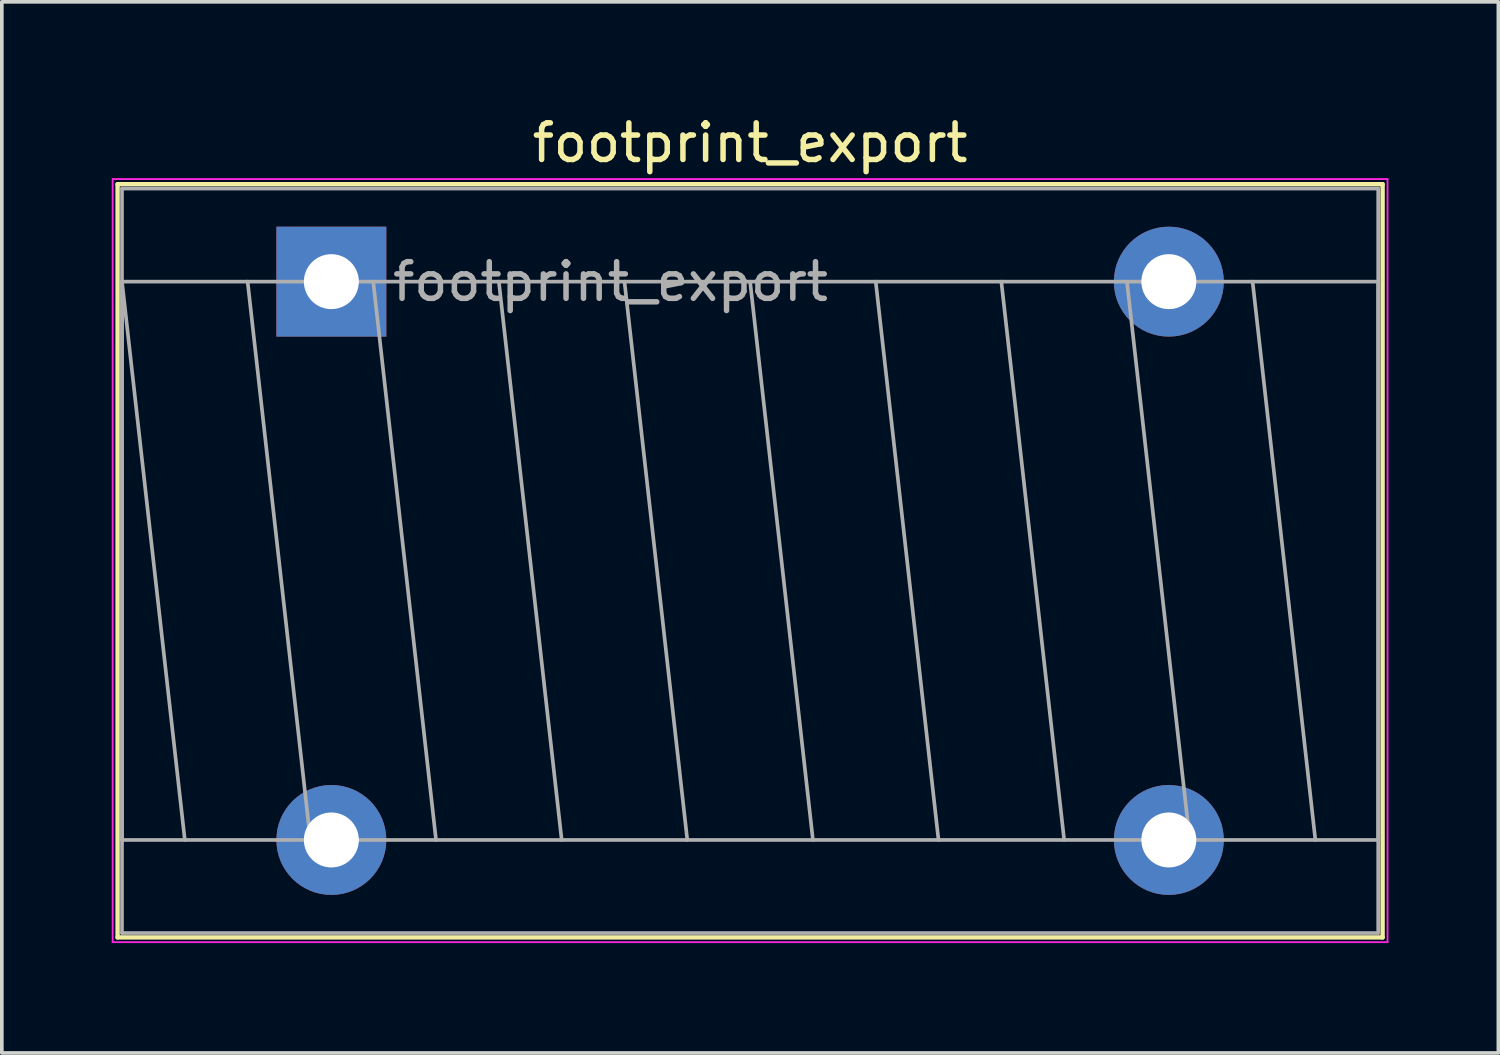
<source format=kicad_pcb>
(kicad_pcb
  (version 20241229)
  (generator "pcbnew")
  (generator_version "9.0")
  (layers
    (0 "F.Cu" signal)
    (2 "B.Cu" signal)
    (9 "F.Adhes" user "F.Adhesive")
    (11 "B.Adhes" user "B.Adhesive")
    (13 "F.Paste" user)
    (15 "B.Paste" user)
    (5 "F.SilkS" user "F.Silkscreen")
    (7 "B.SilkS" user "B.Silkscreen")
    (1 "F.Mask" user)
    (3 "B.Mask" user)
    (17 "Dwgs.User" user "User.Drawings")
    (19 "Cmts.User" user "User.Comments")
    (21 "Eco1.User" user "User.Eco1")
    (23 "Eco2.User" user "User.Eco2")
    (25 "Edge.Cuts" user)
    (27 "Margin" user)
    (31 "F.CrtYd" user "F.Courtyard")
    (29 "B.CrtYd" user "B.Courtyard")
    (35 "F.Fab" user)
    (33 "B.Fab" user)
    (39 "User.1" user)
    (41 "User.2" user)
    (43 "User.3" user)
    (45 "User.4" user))
  (footprint "footprint_export"
    (layer "F.Cu")
    (at 5.995 4.638)
    (property "Reference" "footprint_export" (at 11.43 -3.79 0) (layer "F.SilkS") (effects (font (size 1 1) (thickness 0.15))))
    (attr through_hole)
    (fp_line (start -5.835 -2.66) (end -5.835 17.9) (stroke (width 0.12) (type solid)) (layer "F.SilkS"))
    (fp_line (start -5.835 -2.66) (end 28.695 -2.66) (stroke (width 0.12) (type solid)) (layer "F.SilkS"))
    (fp_line (start -5.835 17.9) (end 28.695 17.9) (stroke (width 0.12) (type solid)) (layer "F.SilkS"))
    (fp_line (start 28.695 -2.66) (end 28.695 17.9) (stroke (width 0.12) (type solid)) (layer "F.SilkS"))
    (fp_line (start -5.97 -2.8) (end -5.97 18.03) (stroke (width 0.05) (type solid)) (layer "F.CrtYd"))
    (fp_line (start -5.97 18.03) (end 28.83 18.03) (stroke (width 0.05) (type solid)) (layer "F.CrtYd"))
    (fp_line (start 28.83 -2.8) (end -5.97 -2.8) (stroke (width 0.05) (type solid)) (layer "F.CrtYd"))
    (fp_line (start 28.83 18.03) (end 28.83 -2.8) (stroke (width 0.05) (type solid)) (layer "F.CrtYd"))
    (fp_line (start -5.715 -2.54) (end -5.715 17.78) (stroke (width 0.1) (type solid)) (layer "F.Fab"))
    (fp_line (start -5.715 0) (end -5.715 15.24) (stroke (width 0.1) (type solid)) (layer "F.Fab"))
    (fp_line (start -5.715 0) (end -4 15.24) (stroke (width 0.1) (type solid)) (layer "F.Fab"))
    (fp_line (start -5.715 15.24) (end 28.575 15.24) (stroke (width 0.1) (type solid)) (layer "F.Fab"))
    (fp_line (start -5.715 17.78) (end 28.575 17.78) (stroke (width 0.1) (type solid)) (layer "F.Fab"))
    (fp_line (start -2.286 0) (end -0.572 15.24) (stroke (width 0.1) (type solid)) (layer "F.Fab"))
    (fp_line (start 1.143 0) (end 2.857 15.24) (stroke (width 0.1) (type solid)) (layer "F.Fab"))
    (fp_line (start 4.572 0) (end 6.287 15.24) (stroke (width 0.1) (type solid)) (layer "F.Fab"))
    (fp_line (start 8.001 0) (end 9.716 15.24) (stroke (width 0.1) (type solid)) (layer "F.Fab"))
    (fp_line (start 11.43 0) (end 13.145 15.24) (stroke (width 0.1) (type solid)) (layer "F.Fab"))
    (fp_line (start 14.859 0) (end 16.573 15.24) (stroke (width 0.1) (type solid)) (layer "F.Fab"))
    (fp_line (start 18.288 0) (end 20.003 15.24) (stroke (width 0.1) (type solid)) (layer "F.Fab"))
    (fp_line (start 21.717 0) (end 23.431 15.24) (stroke (width 0.1) (type solid)) (layer "F.Fab"))
    (fp_line (start 25.146 0) (end 26.86 15.24) (stroke (width 0.1) (type solid)) (layer "F.Fab"))
    (fp_line (start 28.575 -2.54) (end -5.715 -2.54) (stroke (width 0.1) (type solid)) (layer "F.Fab"))
    (fp_line (start 28.575 0) (end -5.715 0) (stroke (width 0.1) (type solid)) (layer "F.Fab"))
    (fp_line (start 28.575 15.24) (end 28.575 0) (stroke (width 0.1) (type solid)) (layer "F.Fab"))
    (fp_line (start 28.575 17.78) (end 28.575 -2.54) (stroke (width 0.1) (type solid)) (layer "F.Fab"))
    (fp_text user "${REFERENCE}" (at 7.62 0 0) (layer "F.Fab") (effects (font (size 1 1) (thickness 0.15))))
    (pad "1" thru_hole rect (at 0 0) (size 3 3) (drill 1.5) (layers "*.Cu" "*.Mask"))
    (pad "2" thru_hole circle (at 0 15.24) (size 3 3) (drill 1.5) (layers "*.Cu" "*.Mask"))
    (pad "3" thru_hole circle (at 22.86 15.24) (size 3 3) (drill 1.5) (layers "*.Cu" "*.Mask"))
    (pad "4" thru_hole circle (at 22.86 0) (size 3 3) (drill 1.5) (layers "*.Cu" "*.Mask")))
  (gr_rect
    (start -3 -3)
    (end 37.85 25.693)
    (stroke (width 0.1) (type default))
    (fill no)
    (layer "Edge.Cuts")))
</source>
